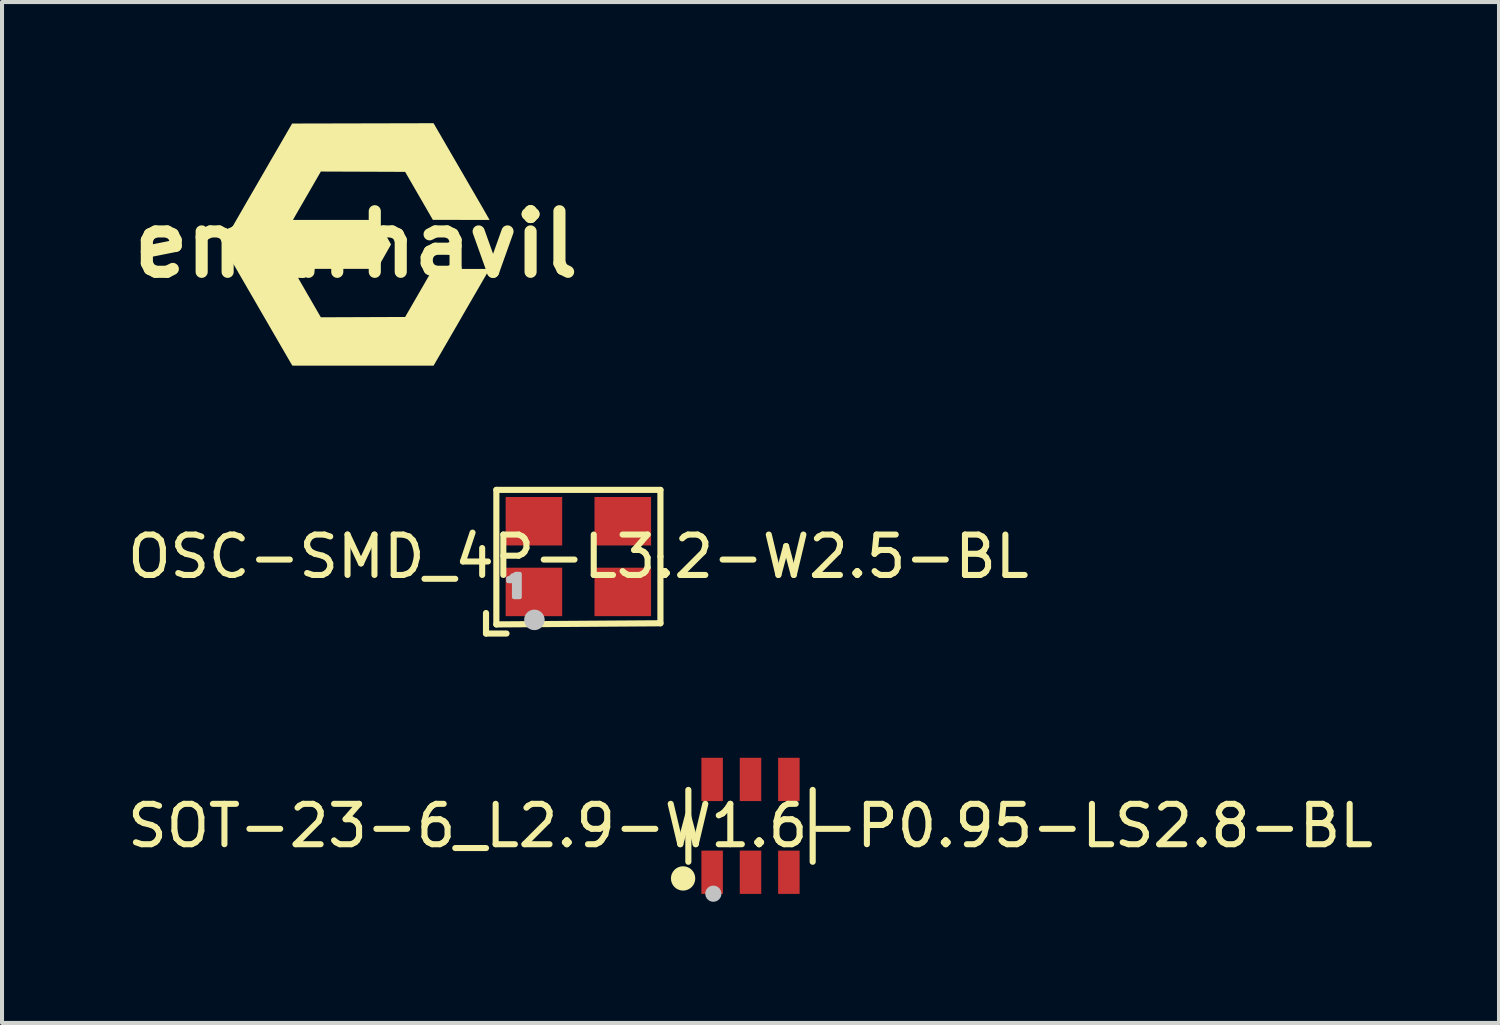
<source format=kicad_pcb>
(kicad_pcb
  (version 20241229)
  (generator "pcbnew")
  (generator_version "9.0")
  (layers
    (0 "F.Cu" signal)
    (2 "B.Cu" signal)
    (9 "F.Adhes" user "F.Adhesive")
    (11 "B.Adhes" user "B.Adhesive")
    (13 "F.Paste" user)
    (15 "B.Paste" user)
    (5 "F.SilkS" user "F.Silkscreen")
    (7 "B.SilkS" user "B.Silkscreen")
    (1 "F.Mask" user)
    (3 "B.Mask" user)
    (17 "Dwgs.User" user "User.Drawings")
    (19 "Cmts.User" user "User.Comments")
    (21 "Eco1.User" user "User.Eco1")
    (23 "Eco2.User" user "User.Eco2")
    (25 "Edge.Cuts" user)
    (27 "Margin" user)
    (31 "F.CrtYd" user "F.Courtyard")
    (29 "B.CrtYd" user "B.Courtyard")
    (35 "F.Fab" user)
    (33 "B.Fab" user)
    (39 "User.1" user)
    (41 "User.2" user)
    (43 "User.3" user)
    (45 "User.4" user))
  (footprint "SOT-23-6_L2.9-W1.6-P0.95-LS2.8-BL"
    (layer "F.Cu")
    (at 15.53 17.395)
    (property "Reference" "SOT-23-6_L2.9-W1.6-P0.95-LS2.8-BL" (at 0 0 0) (unlocked yes) (layer "F.SilkS") (effects (font (size 1 1) (thickness 0.15))))
    (fp_line (start -1.539 0.889) (end -1.539 -0.889) (stroke (width 0.152) (type default)) (layer "F.SilkS"))
    (fp_line (start 1.539 0.889) (end 1.539 -0.889) (stroke (width 0.152) (type default)) (layer "F.SilkS"))
    (fp_circle (center -1.669 1.302) (end -1.518 1.302) (stroke (width 0.3) (type default)) (fill no) (layer "F.SilkS"))
    (fp_circle (center -0.92 1.68) (end -0.82 1.68) (stroke (width 0.2) (type default)) (fill no) (layer "Dwgs.User"))
    (fp_poly (pts (xy -1.165 -0.935) (xy -0.735 -0.935) (xy -0.735 -0.803) (xy -1.165 -0.803)) (stroke (width 0.1) (type default)) (fill no) (layer "User.1"))
    (fp_poly (pts (xy -1.165 -0.925) (xy -0.735 -0.925) (xy -0.735 -1.4) (xy -1.165 -1.4)) (stroke (width 0.1) (type default)) (fill no) (layer "User.1"))
    (fp_poly (pts (xy -1.165 0.803) (xy -0.735 0.803) (xy -0.735 0.935) (xy -1.165 0.935)) (stroke (width 0.1) (type default)) (fill no) (layer "User.1"))
    (fp_poly (pts (xy -1.165 0.925) (xy -0.735 0.925) (xy -0.735 1.4) (xy -1.165 1.4)) (stroke (width 0.1) (type default)) (fill no) (layer "User.1"))
    (fp_poly (pts (xy -0.215 -0.935) (xy 0.215 -0.935) (xy 0.215 -0.803) (xy -0.215 -0.803)) (stroke (width 0.1) (type default)) (fill no) (layer "User.1"))
    (fp_poly (pts (xy -0.215 -0.925) (xy 0.215 -0.925) (xy 0.215 -1.4) (xy -0.215 -1.4)) (stroke (width 0.1) (type default)) (fill no) (layer "User.1"))
    (fp_poly (pts (xy -0.215 0.803) (xy 0.215 0.803) (xy 0.215 0.935) (xy -0.215 0.935)) (stroke (width 0.1) (type default)) (fill no) (layer "User.1"))
    (fp_poly (pts (xy -0.215 0.925) (xy 0.215 0.925) (xy 0.215 1.4) (xy -0.215 1.4)) (stroke (width 0.1) (type default)) (fill no) (layer "User.1"))
    (fp_poly (pts (xy 0.735 -0.935) (xy 1.165 -0.935) (xy 1.165 -0.803) (xy 0.735 -0.803)) (stroke (width 0.1) (type default)) (fill no) (layer "User.1"))
    (fp_poly (pts (xy 0.735 -0.925) (xy 1.165 -0.925) (xy 1.165 -1.4) (xy 0.735 -1.4)) (stroke (width 0.1) (type default)) (fill no) (layer "User.1"))
    (fp_poly (pts (xy 0.735 0.803) (xy 1.165 0.803) (xy 1.165 0.935) (xy 0.735 0.935)) (stroke (width 0.1) (type default)) (fill no) (layer "User.1"))
    (fp_poly (pts (xy 0.735 0.925) (xy 1.165 0.925) (xy 1.165 1.4) (xy 0.735 1.4)) (stroke (width 0.1) (type default)) (fill no) (layer "User.1"))
    (fp_line (start -1.463 -0.813) (end 1.463 -0.813) (stroke (width 0.051) (type default)) (layer "User.2"))
    (fp_line (start -1.463 0.813) (end -1.463 -0.813) (stroke (width 0.051) (type default)) (layer "User.2"))
    (fp_line (start 1.463 -0.813) (end 1.463 0.813) (stroke (width 0.051) (type default)) (layer "User.2"))
    (fp_line (start 1.463 0.813) (end -1.463 0.813) (stroke (width 0.051) (type default)) (layer "User.2"))
    (fp_poly (pts (xy -1.403 1.4) (xy -1.421 1.358) (xy -1.463 1.34) (xy -1.505 1.358) (xy -1.523 1.4) (xy -1.505 1.442) (xy -1.463 1.46) (xy -1.421 1.442)) (stroke (width 0.1) (type default)) (fill no) (layer "User.3"))
    (pad "1" smd rect (at -0.95 1.149) (size 0.532 1.072) (layers "F.Cu" "F.Mask" "F.Paste"))
    (pad "2" smd rect (at 0 1.149) (size 0.532 1.072) (layers "F.Cu" "F.Mask" "F.Paste"))
    (pad "3" smd rect (at 0.95 1.149) (size 0.532 1.072) (layers "F.Cu" "F.Mask" "F.Paste"))
    (pad "4" smd rect (at 0.95 -1.149) (size 0.532 1.072) (layers "F.Cu" "F.Mask" "F.Paste"))
    (pad "5" smd rect (at 0 -1.149) (size 0.532 1.072) (layers "F.Cu" "F.Mask" "F.Paste"))
    (pad "6" smd rect (at -0.95 -1.149) (size 0.532 1.072) (layers "F.Cu" "F.Mask" "F.Paste")))
  (footprint "OSC-SMD_4P-L3.2-W2.5-BL"
    (layer "F.Cu")
    (at 11.268 10.729)
    (property "Reference" "OSC-SMD_4P-L3.2-W2.5-BL" (at 0 0 0) (unlocked yes) (layer "F.SilkS") (effects (font (size 1 1) (thickness 0.15))))
    (fp_line (start -2.286 1.397) (end -2.286 1.905) (stroke (width 0.152) (type default)) (layer "F.SilkS"))
    (fp_line (start -2.286 1.905) (end -1.778 1.905) (stroke (width 0.152) (type default)) (layer "F.SilkS"))
    (fp_line (start -2.03 -1.651) (end 2.032 -1.651) (stroke (width 0.152) (type default)) (layer "F.SilkS"))
    (fp_line (start -2.03 1.679) (end -2.03 -1.651) (stroke (width 0.152) (type default)) (layer "F.SilkS"))
    (fp_line (start 2.032 -1.651) (end 2.032 0) (stroke (width 0.152) (type default)) (layer "F.SilkS"))
    (fp_line (start 2.032 0) (end 2.032 1.651) (stroke (width 0.152) (type default)) (layer "F.SilkS"))
    (fp_line (start 2.032 1.651) (end -2.03 1.679) (stroke (width 0.152) (type default)) (layer "F.SilkS"))
    (fp_circle (center -1.088 1.567) (end -0.961 1.567) (stroke (width 0.254) (type default)) (fill no) (layer "Dwgs.User"))
    (fp_poly (pts (xy -1.738 0.536) (xy -1.702 0.536) (xy -1.702 0.608) (xy -1.738 0.608)) (stroke (width 0.1) (type default)) (fill no) (layer "Dwgs.User"))
    (fp_poly (pts (xy -1.702 0.536) (xy -1.666 0.536) (xy -1.666 0.608) (xy -1.702 0.608)) (stroke (width 0.1) (type default)) (fill no) (layer "Dwgs.User"))
    (fp_poly (pts (xy -1.666 0.5) (xy -1.63 0.5) (xy -1.63 0.608) (xy -1.666 0.608)) (stroke (width 0.1) (type default)) (fill no) (layer "Dwgs.User"))
    (fp_poly (pts (xy -1.63 0.464) (xy -1.594 0.464) (xy -1.594 0.572) (xy -1.63 0.572)) (stroke (width 0.1) (type default)) (fill no) (layer "Dwgs.User"))
    (fp_poly (pts (xy -1.594 0.464) (xy -1.558 0.464) (xy -1.558 1.004) (xy -1.594 1.004)) (stroke (width 0.1) (type default)) (fill no) (layer "Dwgs.User"))
    (fp_poly (pts (xy -1.558 0.428) (xy -1.522 0.428) (xy -1.522 1.004) (xy -1.558 1.004)) (stroke (width 0.1) (type default)) (fill no) (layer "Dwgs.User"))
    (fp_poly (pts (xy -1.522 0.428) (xy -1.486 0.428) (xy -1.486 1.004) (xy -1.522 1.004)) (stroke (width 0.1) (type default)) (fill no) (layer "Dwgs.User"))
    (fp_poly (pts (xy -1.486 0.428) (xy -1.45 0.428) (xy -1.45 1.004) (xy -1.486 1.004)) (stroke (width 0.1) (type default)) (fill no) (layer "Dwgs.User"))
    (fp_poly (pts (xy -1.5 -1.249) (xy -0.6 -1.249) (xy -0.6 -0.449) (xy -1.5 -0.449)) (stroke (width 0.1) (type default)) (fill no) (layer "User.1"))
    (fp_poly (pts (xy -1.5 0.449) (xy -0.6 0.449) (xy -0.6 1.249) (xy -1.5 1.249)) (stroke (width 0.1) (type default)) (fill no) (layer "User.1"))
    (fp_poly (pts (xy 0.6 -1.249) (xy 1.5 -1.249) (xy 1.5 -0.449) (xy 0.6 -0.449)) (stroke (width 0.1) (type default)) (fill no) (layer "User.1"))
    (fp_poly (pts (xy 0.6 0.449) (xy 1.5 0.449) (xy 1.5 1.249) (xy 0.6 1.249)) (stroke (width 0.1) (type default)) (fill no) (layer "User.1"))
    (fp_line (start -1.6 -1.25) (end 1.6 -1.25) (stroke (width 0.051) (type default)) (layer "User.2"))
    (fp_line (start -1.6 1.25) (end -1.6 -1.25) (stroke (width 0.051) (type default)) (layer "User.2"))
    (fp_line (start 1.6 -1.25) (end 1.6 1.25) (stroke (width 0.051) (type default)) (layer "User.2"))
    (fp_line (start 1.6 1.25) (end -1.6 1.25) (stroke (width 0.051) (type default)) (layer "User.2"))
    (fp_poly (pts (xy -1.54 1.25) (xy -1.558 1.208) (xy -1.6 1.19) (xy -1.642 1.208) (xy -1.66 1.25) (xy -1.642 1.292) (xy -1.6 1.31) (xy -1.558 1.292)) (stroke (width 0.1) (type default)) (fill no) (layer "User.3"))
    (pad "1" smd rect (at -1.1 0.875) (size 1.4 1.2) (layers "F.Cu" "F.Mask" "F.Paste"))
    (pad "2" smd rect (at 1.1 0.875) (size 1.4 1.2) (layers "F.Cu" "F.Mask" "F.Paste"))
    (pad "3" smd rect (at 1.1 -0.875) (size 1.4 1.2) (layers "F.Cu" "F.Mask" "F.Paste"))
    (pad "4" smd rect (at -1.1 -0.875) (size 1.4 1.2) (layers "F.Cu" "F.Mask" "F.Paste")))
  (footprint "emarhavil"
    (layer "F.Cu")
    (at 5.764 3.001)
    (property "Reference" "emarhavil" (at 0 0 0) (layer "F.SilkS") (effects (font (size 1.5 1.5) (thickness 0.3))))
    (attr board_only exclude_from_pos_files exclude_from_bom)
    (fp_poly (pts (xy 2.585 -1.854) (xy 2.685 -1.682) (xy 2.781 -1.516) (xy 2.872 -1.359) (xy 2.957 -1.213) (xy 3.034 -1.08) (xy 3.103 -0.961) (xy 3.162 -0.859) (xy 3.21 -0.775) (xy 3.246 -0.712) (xy 3.269 -0.672) (xy 3.278 -0.657) (xy 3.305 -0.606) (xy 2.603 -0.607) (xy 1.902 -0.608) (xy 1.559 -1.202) (xy 1.216 -1.796) (xy 0.173 -1.8) (xy -0.871 -1.804) (xy -1.171 -1.284) (xy -1.239 -1.167) (xy -1.304 -1.054) (xy -1.364 -0.95) (xy -1.417 -0.859) (xy -1.461 -0.782) (xy -1.494 -0.725) (xy -1.514 -0.69) (xy -1.516 -0.686) (xy -1.562 -0.606) (xy -0.519 -0.606) (xy 0.523 -0.606) (xy 0.695 -0.303) (xy 0.867 0) (xy 0.695 0.303) (xy 0.523 0.606) (xy -0.519 0.606) (xy -1.562 0.606) (xy -1.516 0.686) (xy -1.498 0.717) (xy -1.468 0.77) (xy -1.425 0.843) (xy -1.374 0.933) (xy -1.315 1.035) (xy -1.251 1.146) (xy -1.184 1.263) (xy -1.171 1.284) (xy -0.871 1.804) (xy 0.172 1.8) (xy 1.216 1.796) (xy 1.559 1.202) (xy 1.902 0.608) (xy 2.604 0.607) (xy 3.307 0.606) (xy 3.278 0.655) (xy 3.266 0.676) (xy 3.24 0.72) (xy 3.202 0.787) (xy 3.151 0.874) (xy 3.09 0.98) (xy 3.02 1.101) (xy 2.941 1.237) (xy 2.855 1.385) (xy 2.763 1.544) (xy 2.666 1.711) (xy 2.585 1.853) (xy 1.92 3.001) (xy 0.172 3.001) (xy -1.575 3.001) (xy -1.597 2.967) (xy -1.608 2.948) (xy -1.633 2.906) (xy -1.67 2.842) (xy -1.719 2.757) (xy -1.778 2.655) (xy -1.847 2.537) (xy -1.923 2.406) (xy -2.006 2.262) (xy -2.095 2.109) (xy -2.187 1.949) (xy -2.283 1.784) (xy -2.381 1.615) (xy -2.479 1.445) (xy -2.577 1.276) (xy -2.673 1.11) (xy -2.766 0.949) (xy -2.855 0.796) (xy -2.938 0.652) (xy -3.015 0.519) (xy -3.083 0.399) (xy -3.143 0.296) (xy -3.193 0.21) (xy -3.231 0.143) (xy -3.256 0.099) (xy -3.267 0.08) (xy -3.31 0.002) (xy -3.274 -0.063) (xy -3.26 -0.089) (xy -3.232 -0.138) (xy -3.191 -0.21) (xy -3.139 -0.3) (xy -3.076 -0.408) (xy -3.005 -0.532) (xy -2.927 -0.668) (xy -2.842 -0.814) (xy -2.753 -0.97) (xy -2.66 -1.131) (xy -2.564 -1.296) (xy -2.467 -1.463) (xy -2.371 -1.63) (xy -2.276 -1.794) (xy -2.184 -1.953) (xy -2.097 -2.105) (xy -2.014 -2.247) (xy -1.938 -2.378) (xy -1.876 -2.485) (xy -1.582 -2.993) (xy 0.169 -2.997) (xy 1.919 -3.001)) (stroke (width 0) (type solid)) (fill yes) (layer "F.SilkS")))
  (gr_rect
    (start -3 -3)
    (end 34.06 22.275)
    (stroke (width 0.1) (type default))
    (fill no)
    (layer "Edge.Cuts")))
</source>
